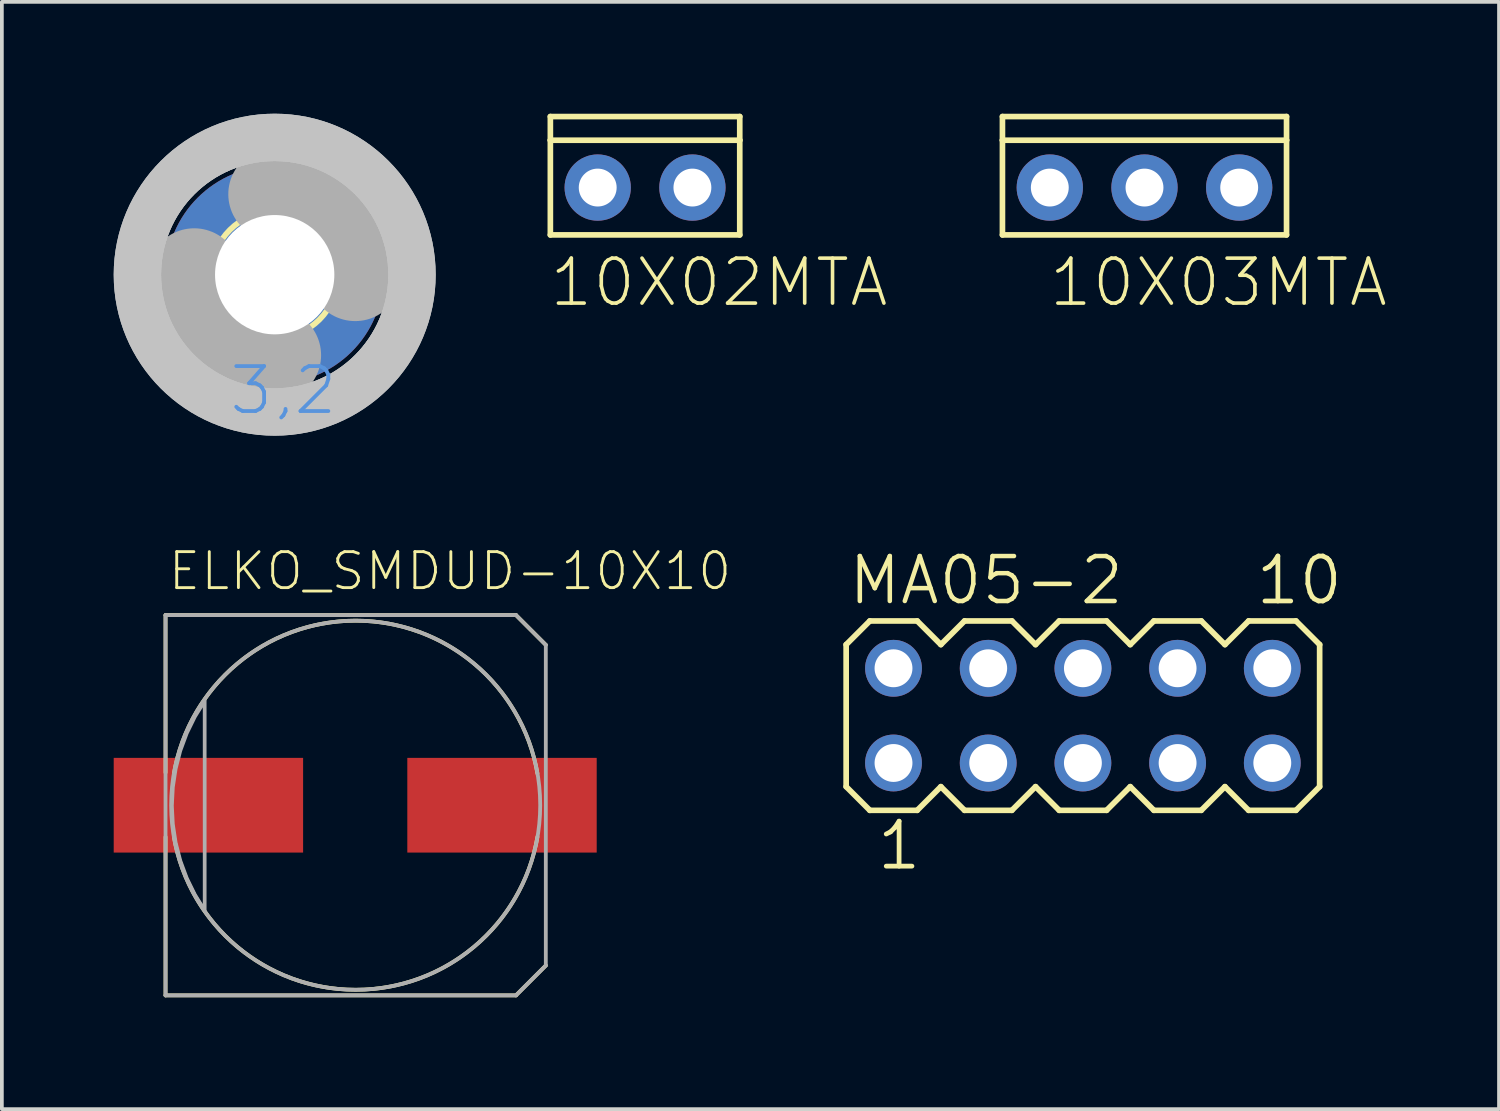
<source format=kicad_pcb>
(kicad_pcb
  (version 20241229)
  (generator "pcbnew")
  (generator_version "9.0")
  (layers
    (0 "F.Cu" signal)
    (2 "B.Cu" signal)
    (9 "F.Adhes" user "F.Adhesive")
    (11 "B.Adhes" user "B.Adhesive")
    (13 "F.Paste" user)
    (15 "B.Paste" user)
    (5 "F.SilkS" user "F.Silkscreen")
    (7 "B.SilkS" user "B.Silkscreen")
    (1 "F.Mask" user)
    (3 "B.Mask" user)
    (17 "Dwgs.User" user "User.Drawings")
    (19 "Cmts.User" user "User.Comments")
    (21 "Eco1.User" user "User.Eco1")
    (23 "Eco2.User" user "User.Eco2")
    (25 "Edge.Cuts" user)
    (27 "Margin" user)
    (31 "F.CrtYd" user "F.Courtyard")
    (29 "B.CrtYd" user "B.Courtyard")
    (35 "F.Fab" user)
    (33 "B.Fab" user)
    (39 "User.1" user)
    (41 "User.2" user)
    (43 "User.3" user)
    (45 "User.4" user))
  (footprint "10X02MTA"
    (layer "F.Cu")
    (at 14.252 1.981)
    (property "Reference" "10X02MTA" (at -2.616 3.251 0) (layer "F.SilkS") (effects (font (size 1.206 1.206) (thickness 0.097)) (justify left bottom)))
    (attr through_hole)
    (fp_line (start -2.54 -1.27) (end -2.54 -1.905) (stroke (width 0.152) (type solid)) (layer "F.SilkS"))
    (fp_line (start -2.54 1.27) (end -2.54 -1.27) (stroke (width 0.152) (type solid)) (layer "F.SilkS"))
    (fp_line (start -2.54 1.27) (end 2.54 1.27) (stroke (width 0.152) (type solid)) (layer "F.SilkS"))
    (fp_line (start 2.54 -1.905) (end -2.54 -1.905) (stroke (width 0.152) (type solid)) (layer "F.SilkS"))
    (fp_line (start 2.54 -1.905) (end 2.54 -1.27) (stroke (width 0.152) (type solid)) (layer "F.SilkS"))
    (fp_line (start 2.54 -1.27) (end -2.54 -1.27) (stroke (width 0.152) (type solid)) (layer "F.SilkS"))
    (fp_line (start 2.54 -1.27) (end 2.54 1.27) (stroke (width 0.152) (type solid)) (layer "F.SilkS"))
    (fp_poly (pts (xy -1.524 0.254) (xy -1.016 0.254) (xy -1.016 -0.254) (xy -1.524 -0.254)) (stroke (width 0) (type solid)) (fill yes) (layer "F.SilkS"))
    (fp_poly (pts (xy 1.016 0.254) (xy 1.524 0.254) (xy 1.524 -0.254) (xy 1.016 -0.254)) (stroke (width 0) (type solid)) (fill yes) (layer "F.SilkS"))
    (pad "1" thru_hole circle (at 1.27 0 90) (size 1.778 1.778) (drill 1.016) (layers "*.Cu" "*.Mask"))
    (pad "2" thru_hole circle (at -1.27 0 90) (size 1.778 1.778) (drill 1.016) (layers "*.Cu" "*.Mask")))
  (footprint "MA05-2"
    (layer "F.Cu")
    (at 25.996 16.145)
    (property "Reference" "MA05-2" (at -6.35 -2.921 0) (layer "F.SilkS") (effects (font (size 1.206 1.206) (thickness 0.121)) (justify left bottom)))
    (attr through_hole)
    (fp_line (start -6.35 -1.905) (end -6.35 1.905) (stroke (width 0.152) (type solid)) (layer "F.SilkS"))
    (fp_line (start -6.35 1.905) (end -5.715 2.54) (stroke (width 0.152) (type solid)) (layer "F.SilkS"))
    (fp_line (start -5.715 -2.54) (end -6.35 -1.905) (stroke (width 0.152) (type solid)) (layer "F.SilkS"))
    (fp_line (start -5.715 -2.54) (end -4.445 -2.54) (stroke (width 0.152) (type solid)) (layer "F.SilkS"))
    (fp_line (start -4.445 -2.54) (end -3.81 -1.905) (stroke (width 0.152) (type solid)) (layer "F.SilkS"))
    (fp_line (start -4.445 2.54) (end -5.715 2.54) (stroke (width 0.152) (type solid)) (layer "F.SilkS"))
    (fp_line (start -3.81 -1.905) (end -3.175 -2.54) (stroke (width 0.152) (type solid)) (layer "F.SilkS"))
    (fp_line (start -3.81 1.905) (end -4.445 2.54) (stroke (width 0.152) (type solid)) (layer "F.SilkS"))
    (fp_line (start -3.175 -2.54) (end -1.905 -2.54) (stroke (width 0.152) (type solid)) (layer "F.SilkS"))
    (fp_line (start -3.175 2.54) (end -3.81 1.905) (stroke (width 0.152) (type solid)) (layer "F.SilkS"))
    (fp_line (start -1.905 -2.54) (end -1.27 -1.905) (stroke (width 0.152) (type solid)) (layer "F.SilkS"))
    (fp_line (start -1.905 2.54) (end -3.175 2.54) (stroke (width 0.152) (type solid)) (layer "F.SilkS"))
    (fp_line (start -1.27 -1.905) (end -0.635 -2.54) (stroke (width 0.152) (type solid)) (layer "F.SilkS"))
    (fp_line (start -1.27 1.905) (end -1.905 2.54) (stroke (width 0.152) (type solid)) (layer "F.SilkS"))
    (fp_line (start -0.635 -2.54) (end 0.635 -2.54) (stroke (width 0.152) (type solid)) (layer "F.SilkS"))
    (fp_line (start -0.635 2.54) (end -1.27 1.905) (stroke (width 0.152) (type solid)) (layer "F.SilkS"))
    (fp_line (start 0.635 -2.54) (end 1.27 -1.905) (stroke (width 0.152) (type solid)) (layer "F.SilkS"))
    (fp_line (start 0.635 2.54) (end -0.635 2.54) (stroke (width 0.152) (type solid)) (layer "F.SilkS"))
    (fp_line (start 1.27 1.905) (end 0.635 2.54) (stroke (width 0.152) (type solid)) (layer "F.SilkS"))
    (fp_line (start 1.27 1.905) (end 1.905 2.54) (stroke (width 0.152) (type solid)) (layer "F.SilkS"))
    (fp_line (start 1.905 -2.54) (end 1.27 -1.905) (stroke (width 0.152) (type solid)) (layer "F.SilkS"))
    (fp_line (start 1.905 -2.54) (end 3.175 -2.54) (stroke (width 0.152) (type solid)) (layer "F.SilkS"))
    (fp_line (start 3.175 -2.54) (end 3.81 -1.905) (stroke (width 0.152) (type solid)) (layer "F.SilkS"))
    (fp_line (start 3.175 2.54) (end 1.905 2.54) (stroke (width 0.152) (type solid)) (layer "F.SilkS"))
    (fp_line (start 3.81 -1.905) (end 4.445 -2.54) (stroke (width 0.152) (type solid)) (layer "F.SilkS"))
    (fp_line (start 3.81 1.905) (end 3.175 2.54) (stroke (width 0.152) (type solid)) (layer "F.SilkS"))
    (fp_line (start 4.445 -2.54) (end 5.715 -2.54) (stroke (width 0.152) (type solid)) (layer "F.SilkS"))
    (fp_line (start 4.445 2.54) (end 3.81 1.905) (stroke (width 0.152) (type solid)) (layer "F.SilkS"))
    (fp_line (start 5.715 -2.54) (end 6.35 -1.905) (stroke (width 0.152) (type solid)) (layer "F.SilkS"))
    (fp_line (start 5.715 2.54) (end 4.445 2.54) (stroke (width 0.152) (type solid)) (layer "F.SilkS"))
    (fp_line (start 6.35 -1.905) (end 6.35 1.905) (stroke (width 0.152) (type solid)) (layer "F.SilkS"))
    (fp_line (start 6.35 1.905) (end 5.715 2.54) (stroke (width 0.152) (type solid)) (layer "F.SilkS"))
    (fp_poly (pts (xy -5.334 -1.016) (xy -4.826 -1.016) (xy -4.826 -1.524) (xy -5.334 -1.524)) (stroke (width 0.1) (type solid)) (fill no) (layer "F.Fab"))
    (fp_poly (pts (xy -5.334 1.524) (xy -4.826 1.524) (xy -4.826 1.016) (xy -5.334 1.016)) (stroke (width 0.1) (type solid)) (fill no) (layer "F.Fab"))
    (fp_poly (pts (xy -2.794 -1.016) (xy -2.286 -1.016) (xy -2.286 -1.524) (xy -2.794 -1.524)) (stroke (width 0.1) (type solid)) (fill no) (layer "F.Fab"))
    (fp_poly (pts (xy -2.794 1.524) (xy -2.286 1.524) (xy -2.286 1.016) (xy -2.794 1.016)) (stroke (width 0.1) (type solid)) (fill no) (layer "F.Fab"))
    (fp_poly (pts (xy -0.254 -1.016) (xy 0.254 -1.016) (xy 0.254 -1.524) (xy -0.254 -1.524)) (stroke (width 0.1) (type solid)) (fill no) (layer "F.Fab"))
    (fp_poly (pts (xy -0.254 1.524) (xy 0.254 1.524) (xy 0.254 1.016) (xy -0.254 1.016)) (stroke (width 0.1) (type solid)) (fill no) (layer "F.Fab"))
    (fp_poly (pts (xy 2.286 -1.016) (xy 2.794 -1.016) (xy 2.794 -1.524) (xy 2.286 -1.524)) (stroke (width 0.1) (type solid)) (fill no) (layer "F.Fab"))
    (fp_poly (pts (xy 2.286 1.524) (xy 2.794 1.524) (xy 2.794 1.016) (xy 2.286 1.016)) (stroke (width 0.1) (type solid)) (fill no) (layer "F.Fab"))
    (fp_poly (pts (xy 4.826 -1.016) (xy 5.334 -1.016) (xy 5.334 -1.524) (xy 4.826 -1.524)) (stroke (width 0.1) (type solid)) (fill no) (layer "F.Fab"))
    (fp_poly (pts (xy 4.826 1.524) (xy 5.334 1.524) (xy 5.334 1.016) (xy 4.826 1.016)) (stroke (width 0.1) (type solid)) (fill no) (layer "F.Fab"))
    (fp_text user "1" (at -5.588 4.191 0) (layer "F.SilkS") (effects (font (size 1.206 1.206) (thickness 0.127)) (justify left bottom)))
    (fp_text user "10" (at 4.572 -2.921 0) (layer "F.SilkS") (effects (font (size 1.206 1.206) (thickness 0.127)) (justify left bottom)))
    (pad "1" thru_hole circle (at -5.08 1.27) (size 1.524 1.524) (drill 1.016) (layers "*.Cu" "*.Mask"))
    (pad "2" thru_hole circle (at -5.08 -1.27) (size 1.524 1.524) (drill 1.016) (layers "*.Cu" "*.Mask"))
    (pad "3" thru_hole circle (at -2.54 1.27) (size 1.524 1.524) (drill 1.016) (layers "*.Cu" "*.Mask"))
    (pad "4" thru_hole circle (at -2.54 -1.27) (size 1.524 1.524) (drill 1.016) (layers "*.Cu" "*.Mask"))
    (pad "5" thru_hole circle (at 0 1.27) (size 1.524 1.524) (drill 1.016) (layers "*.Cu" "*.Mask"))
    (pad "6" thru_hole circle (at 0 -1.27) (size 1.524 1.524) (drill 1.016) (layers "*.Cu" "*.Mask"))
    (pad "7" thru_hole circle (at 2.54 1.27) (size 1.524 1.524) (drill 1.016) (layers "*.Cu" "*.Mask"))
    (pad "8" thru_hole circle (at 2.54 -1.27) (size 1.524 1.524) (drill 1.016) (layers "*.Cu" "*.Mask"))
    (pad "9" thru_hole circle (at 5.08 1.27) (size 1.524 1.524) (drill 1.016) (layers "*.Cu" "*.Mask"))
    (pad "10" thru_hole circle (at 5.08 -1.27) (size 1.524 1.524) (drill 1.016) (layers "*.Cu" "*.Mask")))
  (footprint "10X03MTA"
    (layer "F.Cu")
    (at 27.648 1.981)
    (property "Reference" "10X03MTA" (at -2.616 3.251 0) (layer "F.SilkS") (effects (font (size 1.206 1.206) (thickness 0.097)) (justify left bottom)))
    (attr through_hole)
    (fp_line (start -3.81 -1.27) (end -3.81 -1.905) (stroke (width 0.152) (type solid)) (layer "F.SilkS"))
    (fp_line (start -3.81 1.27) (end -3.81 -1.27) (stroke (width 0.152) (type solid)) (layer "F.SilkS"))
    (fp_line (start -3.81 1.27) (end 3.81 1.27) (stroke (width 0.152) (type solid)) (layer "F.SilkS"))
    (fp_line (start 3.81 -1.905) (end -3.81 -1.905) (stroke (width 0.152) (type solid)) (layer "F.SilkS"))
    (fp_line (start 3.81 -1.905) (end 3.81 -1.27) (stroke (width 0.152) (type solid)) (layer "F.SilkS"))
    (fp_line (start 3.81 -1.27) (end -3.81 -1.27) (stroke (width 0.152) (type solid)) (layer "F.SilkS"))
    (fp_line (start 3.81 -1.27) (end 3.81 1.27) (stroke (width 0.152) (type solid)) (layer "F.SilkS"))
    (fp_poly (pts (xy -2.794 0.254) (xy -2.286 0.254) (xy -2.286 -0.254) (xy -2.794 -0.254)) (stroke (width 0) (type solid)) (fill yes) (layer "F.SilkS"))
    (fp_poly (pts (xy -0.254 0.254) (xy 0.254 0.254) (xy 0.254 -0.254) (xy -0.254 -0.254)) (stroke (width 0) (type solid)) (fill yes) (layer "F.SilkS"))
    (fp_poly (pts (xy 2.286 0.254) (xy 2.794 0.254) (xy 2.794 -0.254) (xy 2.286 -0.254)) (stroke (width 0) (type solid)) (fill yes) (layer "F.SilkS"))
    (pad "1" thru_hole circle (at 2.54 0 90) (size 1.778 1.778) (drill 1.016) (layers "*.Cu" "*.Mask"))
    (pad "2" thru_hole circle (at 0 0 90) (size 1.778 1.778) (drill 1.016) (layers "*.Cu" "*.Mask"))
    (pad "3" thru_hole circle (at -2.54 0 90) (size 1.778 1.778) (drill 1.016) (layers "*.Cu" "*.Mask")))
  (footprint "ELKO_SMDUD-10X10"
    (layer "F.Cu")
    (at 6.49 18.548)
    (property "Reference" "ELKO_SMDUD-10X10" (at -5.08 -5.715 0) (layer "F.SilkS") (effects (font (size 0.965 0.965) (thickness 0.077)) (justify left bottom)))
    (attr through_hole)
    (fp_line (start -5.1 -5.1) (end 4.3 -5.1) (stroke (width 0.102) (type solid)) (layer "F.SilkS"))
    (fp_line (start -5.1 -0.875) (end -5.1 -5.1) (stroke (width 0.102) (type solid)) (layer "F.SilkS"))
    (fp_line (start -5.1 5.1) (end -5.1 0.85) (stroke (width 0.102) (type solid)) (layer "F.SilkS"))
    (fp_line (start 4.3 -5.1) (end 5.1 -4.3) (stroke (width 0.102) (type solid)) (layer "F.SilkS"))
    (fp_line (start 4.3 5.1) (end -5.1 5.1) (stroke (width 0.102) (type solid)) (layer "F.SilkS"))
    (fp_line (start 5.1 4.3) (end 4.3 5.1) (stroke (width 0.102) (type solid)) (layer "F.SilkS"))
    (fp_arc (start -4.875 -0.85) (mid 0.000001 -4.950038) (end 4.875 -0.849998) (stroke (width 0.1016) (type solid)) (layer "F.SilkS"))
    (fp_arc (start 4.875 0.85) (mid -0.000001 4.950038) (end -4.875 0.849998) (stroke (width 0.1016) (type solid)) (layer "F.SilkS"))
    (fp_line (start -5.1 -5.1) (end 4.3 -5.1) (stroke (width 0.102) (type solid)) (layer "F.Fab"))
    (fp_line (start -5.1 5.1) (end -5.1 -5.1) (stroke (width 0.102) (type solid)) (layer "F.Fab"))
    (fp_line (start 4.3 -5.1) (end 5.1 -4.3) (stroke (width 0.102) (type solid)) (layer "F.Fab"))
    (fp_line (start 4.3 5.1) (end -5.1 5.1) (stroke (width 0.102) (type solid)) (layer "F.Fab"))
    (fp_line (start 5.1 -4.3) (end 5.1 4.3) (stroke (width 0.102) (type solid)) (layer "F.Fab"))
    (fp_line (start 5.1 4.3) (end 4.3 5.1) (stroke (width 0.102) (type solid)) (layer "F.Fab"))
    (fp_circle (center 0 0) (end 4.95 0) (stroke (width 0.102) (type solid)) (fill no) (layer "F.Fab"))
    (fp_poly (pts (xy -4.05 -2.8) (xy -4.05 -2.8) (xy -4.313 -2.376) (xy -4.532 -1.929) (xy -4.705 -1.461) (xy -4.829 -0.978) (xy -4.904 -0.485) (xy -4.93 0.013) (xy -4.904 0.51) (xy -4.829 1.003) (xy -4.705 1.486) (xy -4.532 1.954) (xy -4.313 2.401) (xy -4.05 2.825)) (stroke (width 0.1) (type solid)) (fill no) (layer "F.Fab"))
    (pad "M" smd rect (at -3.95 0) (size 5.08 2.54) (layers "F.Cu" "F.Mask" "F.Paste"))
    (pad "P" smd rect (at 3.925 0) (size 5.08 2.54) (layers "F.Cu" "F.Mask" "F.Paste")))
  (footprint "3,2-PAD"
    (layer "F.Cu")
    (at 4.318 4.318)
    (property "Reference" "3,2-PAD" (at 0 0 0) (layer "F.SilkS") (effects (font (size 1.27 1.27) (thickness 0.15))))
    (attr through_hole)
    (fp_circle (center 0 0) (end 1.7 0) (stroke (width 0.152) (type solid)) (fill no) (layer "F.SilkS"))
    (fp_circle (center 0 0) (end 3.429 0) (stroke (width 0.152) (type solid)) (fill no) (layer "F.SilkS"))
    (fp_circle (center 0 0) (end 3.556 0) (stroke (width 1.016) (type solid)) (fill no) (layer "Dwgs.User"))
    (fp_circle (center 0 0) (end 3.683 0) (stroke (width 1.27) (type solid)) (fill no) (layer "Dwgs.User"))
    (fp_circle (center 0 0) (end 3.683 0) (stroke (width 1.27) (type solid)) (fill no) (layer "Dwgs.User"))
    (fp_arc (start 0 -2.159) (mid 1.526644 -1.526644) (end 2.159 0) (stroke (width 2.4892) (type solid)) (layer "F.Fab"))
    (fp_arc (start 0 2.159) (mid -1.526644 1.526644) (end -2.159 0) (stroke (width 2.4892) (type solid)) (layer "F.Fab"))
    (fp_circle (center 0 0) (end 0.762 0) (stroke (width 0.457) (type solid)) (fill no) (layer "F.Fab"))
    (fp_text user "3,2" (at -1.27 3.81 0) (layer "Cmts.User") (effects (font (size 1.206 1.206) (thickness 0.102)) (justify left bottom)))
    (pad "B3,2" thru_hole circle (at 0 0) (size 5.842 5.842) (drill 3.2) (layers "*.Cu" "*.Mask")))
  (gr_rect
    (start -3 -3)
    (end 37.157 26.699)
    (stroke (width 0.1) (type default))
    (fill no)
    (layer "Edge.Cuts")))
</source>
